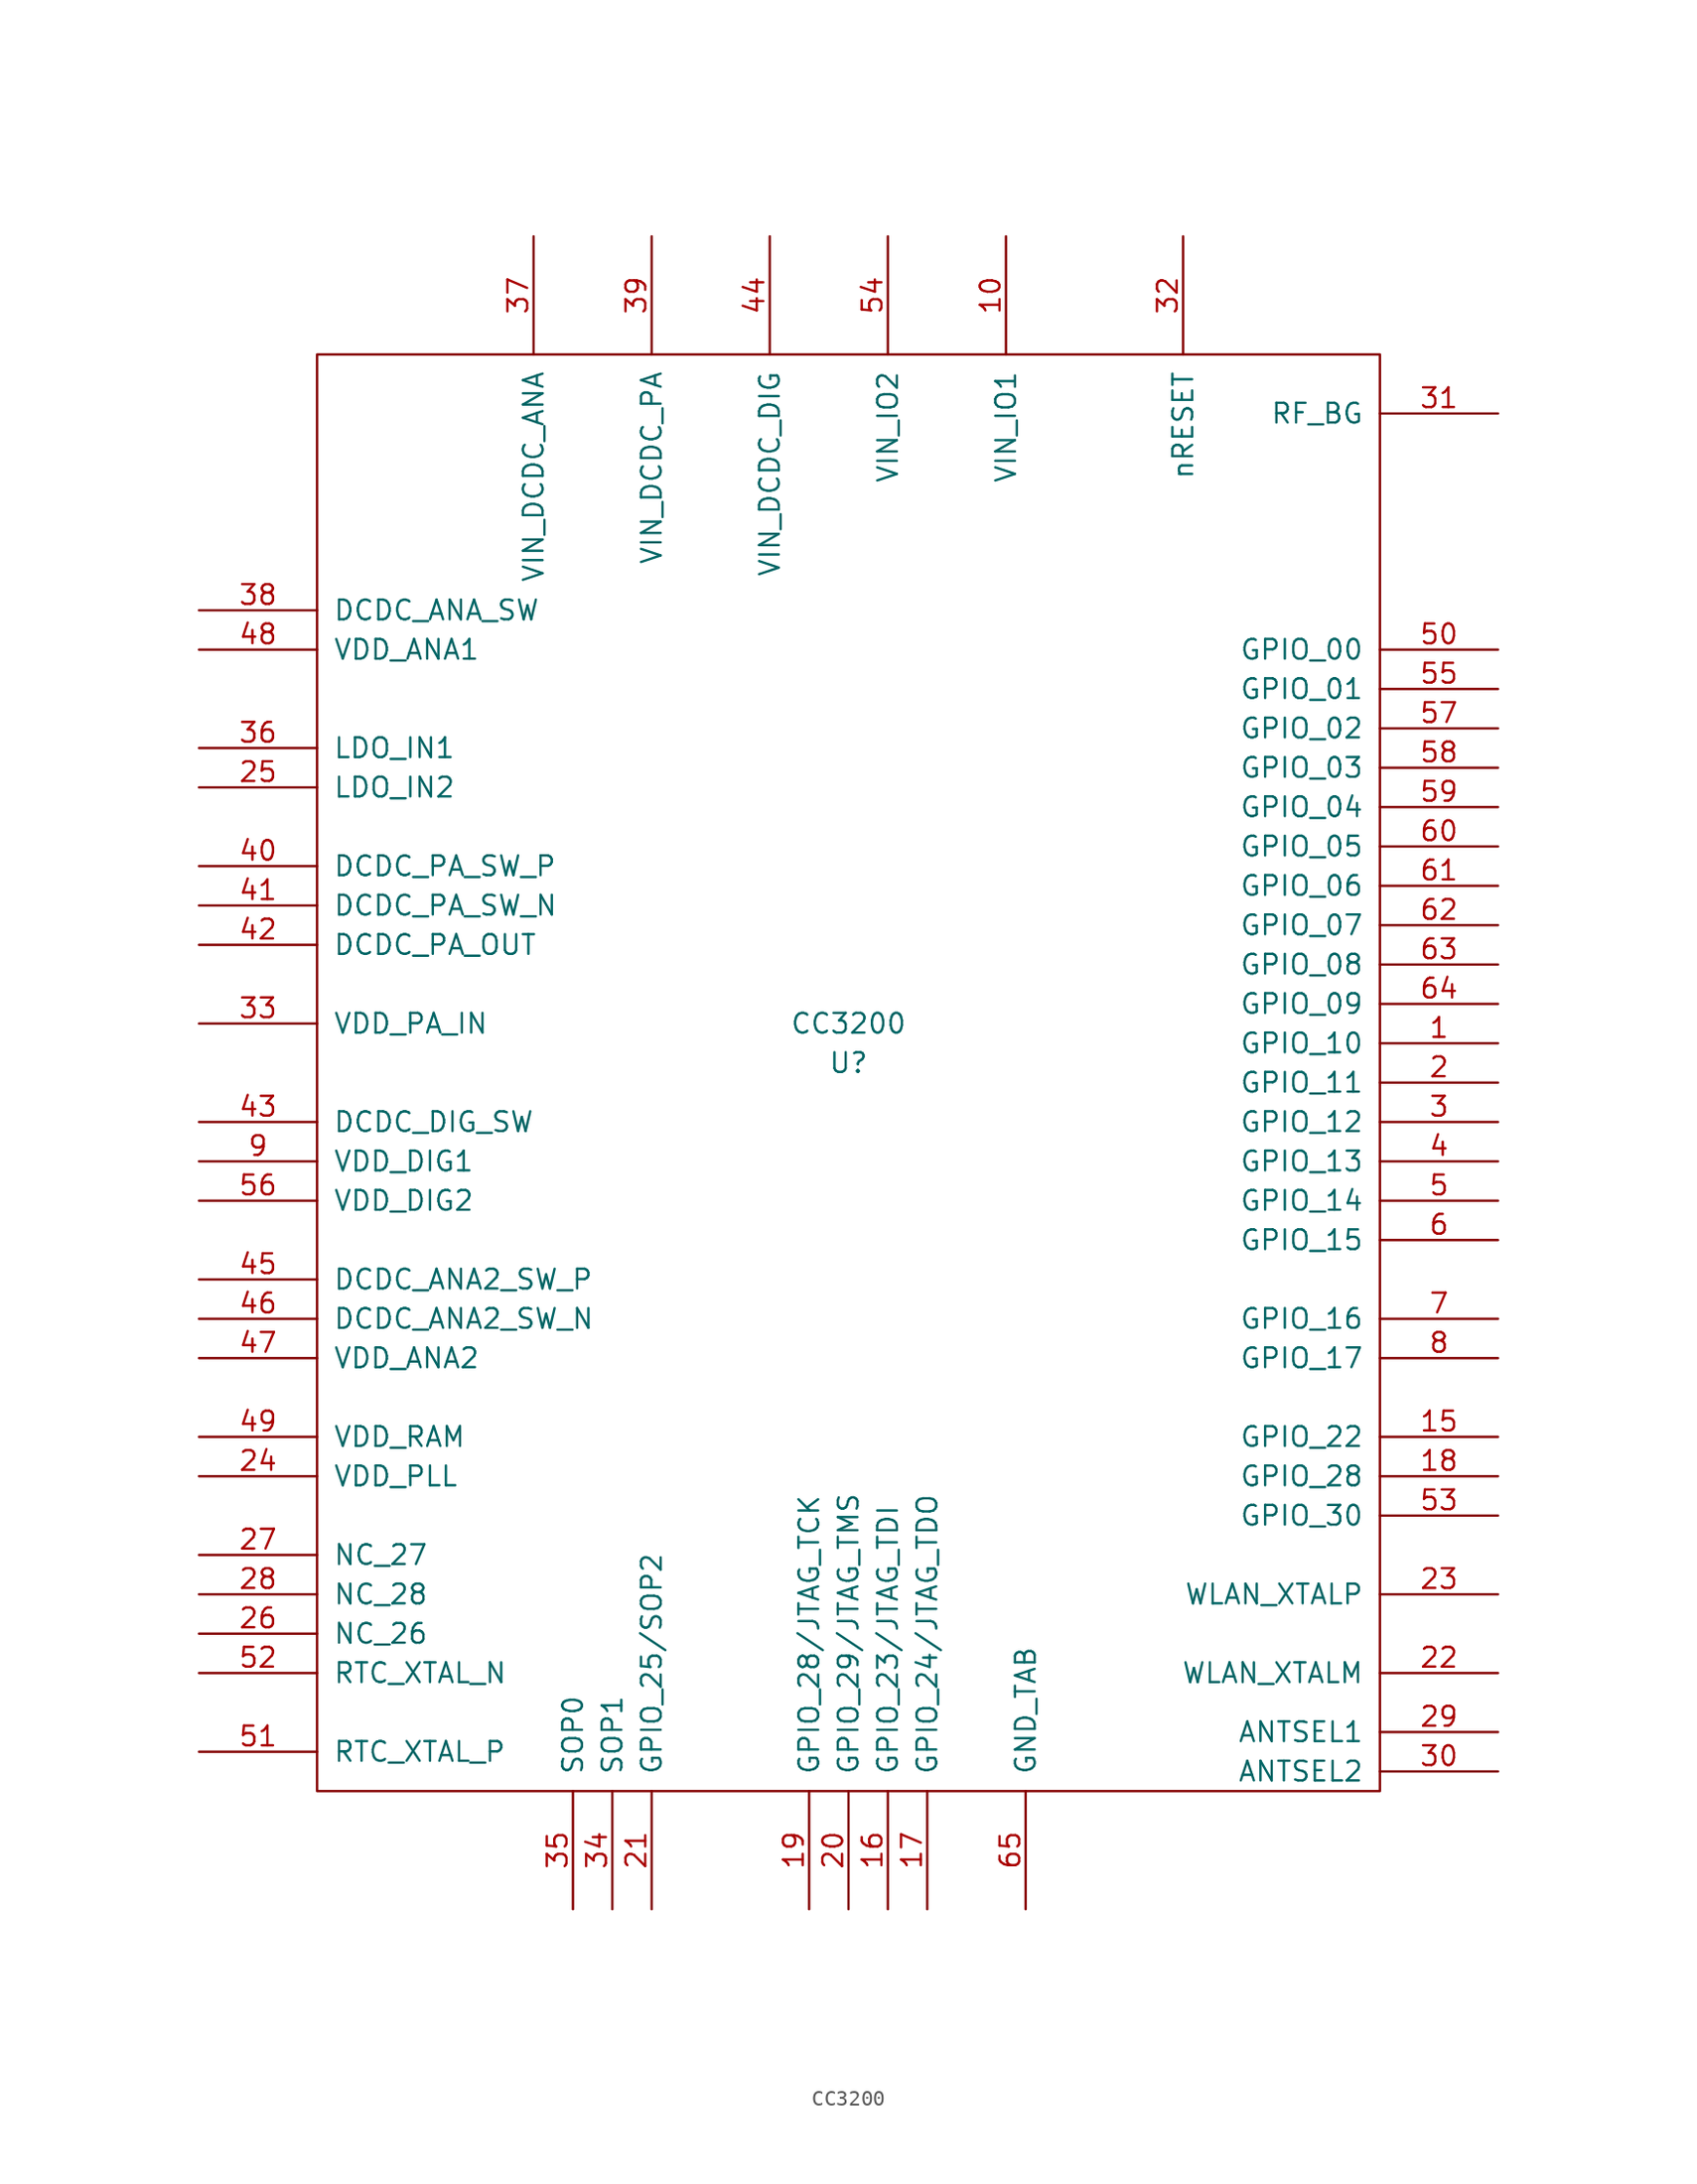
<source format=kicad_sym>
(kicad_symbol_lib
  (version 20220914)
  (generator kicad_symbol_editor)
  (symbol "CC3200"
    (pin_names
      (offset 1.016))
    (property "Reference" "U"
      (at 0 1.27 0)
      (effects (font (size 1.27 1.27))))
    (property "Value" "CC3200"
      (at 0 3.81 0)
      (effects (font (size 1.27 1.27))))
    (property "Footprint" ""
      (at 0 -45.72 0)
      (effects (font (size 1.524 1.524))))
    (property "Datasheet" ""
      (at 0 -45.72 0)
      (effects (font (size 1.524 1.524))))
    (symbol "CC3200_0_1"
      (rectangle (start -34.29 46.99) (end 34.29 -45.72) (stroke (width 0) (type solid)) (fill (type none))))
    (symbol "CC3200_1_1"
      (pin passive line (at 41.91 2.54 180) (length 7.62) (name "GPIO_10" (effects (font (size 1.27 1.27)))) (number "1" (effects (font (size 1.27 1.27)))))
      (pin power_in line (at 10.16 54.61 270) (length 7.62) (name "VIN_IO1" (effects (font (size 1.27 1.27)))) (number "10" (effects (font (size 1.27 1.27)))))
      (pin passive line (at 41.91 -22.86 180) (length 7.62) (name "GPIO_22" (effects (font (size 1.27 1.27)))) (number "15" (effects (font (size 1.27 1.27)))))
      (pin passive line (at 2.54 -53.34 90) (length 7.62) (name "GPIO_23/JTAG_TDI" (effects (font (size 1.27 1.27)))) (number "16" (effects (font (size 1.27 1.27)))))
      (pin passive line (at 5.08 -53.34 90) (length 7.62) (name "GPIO_24/JTAG_TDO" (effects (font (size 1.27 1.27)))) (number "17" (effects (font (size 1.27 1.27)))))
      (pin passive line (at 41.91 -25.4 180) (length 7.62) (name "GPIO_28" (effects (font (size 1.27 1.27)))) (number "18" (effects (font (size 1.27 1.27)))))
      (pin passive line (at -2.54 -53.34 90) (length 7.62) (name "GPIO_28/JTAG_TCK" (effects (font (size 1.27 1.27)))) (number "19" (effects (font (size 1.27 1.27)))))
      (pin passive line (at 41.91 0 180) (length 7.62) (name "GPIO_11" (effects (font (size 1.27 1.27)))) (number "2" (effects (font (size 1.27 1.27)))))
      (pin passive line (at 0 -53.34 90) (length 7.62) (name "GPIO_29/JTAG_TMS" (effects (font (size 1.27 1.27)))) (number "20" (effects (font (size 1.27 1.27)))))
      (pin passive line (at -12.7 -53.34 90) (length 7.62) (name "GPIO_25/SOP2" (effects (font (size 1.27 1.27)))) (number "21" (effects (font (size 1.27 1.27)))))
      (pin passive line (at 41.91 -38.1 180) (length 7.62) (name "WLAN_XTALM" (effects (font (size 1.27 1.27)))) (number "22" (effects (font (size 1.27 1.27)))))
      (pin passive line (at 41.91 -33.02 180) (length 7.62) (name "WLAN_XTALP" (effects (font (size 1.27 1.27)))) (number "23" (effects (font (size 1.27 1.27)))))
      (pin passive line (at -41.91 -25.4 0) (length 7.62) (name "VDD_PLL" (effects (font (size 1.27 1.27)))) (number "24" (effects (font (size 1.27 1.27)))))
      (pin passive line (at -41.91 19.05 0) (length 7.62) (name "LDO_IN2" (effects (font (size 1.27 1.27)))) (number "25" (effects (font (size 1.27 1.27)))))
      (pin passive line (at -41.91 -35.56 0) (length 7.62) (name "NC_26" (effects (font (size 1.27 1.27)))) (number "26" (effects (font (size 1.27 1.27)))))
      (pin passive line (at -41.91 -30.48 0) (length 7.62) (name "NC_27" (effects (font (size 1.27 1.27)))) (number "27" (effects (font (size 1.27 1.27)))))
      (pin passive line (at -41.91 -33.02 0) (length 7.62) (name "NC_28" (effects (font (size 1.27 1.27)))) (number "28" (effects (font (size 1.27 1.27)))))
      (pin passive line (at 41.91 -41.91 180) (length 7.62) (name "ANTSEL1" (effects (font (size 1.27 1.27)))) (number "29" (effects (font (size 1.27 1.27)))))
      (pin passive line (at 41.91 -2.54 180) (length 7.62) (name "GPIO_12" (effects (font (size 1.27 1.27)))) (number "3" (effects (font (size 1.27 1.27)))))
      (pin passive line (at 41.91 -44.45 180) (length 7.62) (name "ANTSEL2" (effects (font (size 1.27 1.27)))) (number "30" (effects (font (size 1.27 1.27)))))
      (pin bidirectional line (at 41.91 43.18 180) (length 7.62) (name "RF_BG" (effects (font (size 1.27 1.27)))) (number "31" (effects (font (size 1.27 1.27)))))
      (pin passive line (at 21.59 54.61 270) (length 7.62) (name "nRESET" (effects (font (size 1.27 1.27)))) (number "32" (effects (font (size 1.27 1.27)))))
      (pin passive line (at -41.91 3.81 0) (length 7.62) (name "VDD_PA_IN" (effects (font (size 1.27 1.27)))) (number "33" (effects (font (size 1.27 1.27)))))
      (pin passive line (at -15.24 -53.34 90) (length 7.62) (name "SOP1" (effects (font (size 1.27 1.27)))) (number "34" (effects (font (size 1.27 1.27)))))
      (pin passive line (at -17.78 -53.34 90) (length 7.62) (name "SOP0" (effects (font (size 1.27 1.27)))) (number "35" (effects (font (size 1.27 1.27)))))
      (pin passive line (at -41.91 21.59 0) (length 7.62) (name "LDO_IN1" (effects (font (size 1.27 1.27)))) (number "36" (effects (font (size 1.27 1.27)))))
      (pin power_in line (at -20.32 54.61 270) (length 7.62) (name "VIN_DCDC_ANA" (effects (font (size 1.27 1.27)))) (number "37" (effects (font (size 1.27 1.27)))))
      (pin passive line (at -41.91 30.48 0) (length 7.62) (name "DCDC_ANA_SW" (effects (font (size 1.27 1.27)))) (number "38" (effects (font (size 1.27 1.27)))))
      (pin power_in line (at -12.7 54.61 270) (length 7.62) (name "VIN_DCDC_PA" (effects (font (size 1.27 1.27)))) (number "39" (effects (font (size 1.27 1.27)))))
      (pin passive line (at 41.91 -5.08 180) (length 7.62) (name "GPIO_13" (effects (font (size 1.27 1.27)))) (number "4" (effects (font (size 1.27 1.27)))))
      (pin passive line (at -41.91 13.97 0) (length 7.62) (name "DCDC_PA_SW_P" (effects (font (size 1.27 1.27)))) (number "40" (effects (font (size 1.27 1.27)))))
      (pin input line (at -41.91 11.43 0) (length 7.62) (name "DCDC_PA_SW_N" (effects (font (size 1.27 1.27)))) (number "41" (effects (font (size 1.27 1.27)))))
      (pin passive line (at -41.91 8.89 0) (length 7.62) (name "DCDC_PA_OUT" (effects (font (size 1.27 1.27)))) (number "42" (effects (font (size 1.27 1.27)))))
      (pin passive line (at -41.91 -2.54 0) (length 7.62) (name "DCDC_DIG_SW" (effects (font (size 1.27 1.27)))) (number "43" (effects (font (size 1.27 1.27)))))
      (pin power_in line (at -5.08 54.61 270) (length 7.62) (name "VIN_DCDC_DIG" (effects (font (size 1.27 1.27)))) (number "44" (effects (font (size 1.27 1.27)))))
      (pin passive line (at -41.91 -12.7 0) (length 7.62) (name "DCDC_ANA2_SW_P" (effects (font (size 1.27 1.27)))) (number "45" (effects (font (size 1.27 1.27)))))
      (pin passive line (at -41.91 -15.24 0) (length 7.62) (name "DCDC_ANA2_SW_N" (effects (font (size 1.27 1.27)))) (number "46" (effects (font (size 1.27 1.27)))))
      (pin passive line (at -41.91 -17.78 0) (length 7.62) (name "VDD_ANA2" (effects (font (size 1.27 1.27)))) (number "47" (effects (font (size 1.27 1.27)))))
      (pin passive line (at -41.91 27.94 0) (length 7.62) (name "VDD_ANA1" (effects (font (size 1.27 1.27)))) (number "48" (effects (font (size 1.27 1.27)))))
      (pin passive line (at -41.91 -22.86 0) (length 7.62) (name "VDD_RAM" (effects (font (size 1.27 1.27)))) (number "49" (effects (font (size 1.27 1.27)))))
      (pin passive line (at 41.91 -7.62 180) (length 7.62) (name "GPIO_14" (effects (font (size 1.27 1.27)))) (number "5" (effects (font (size 1.27 1.27)))))
      (pin passive line (at 41.91 27.94 180) (length 7.62) (name "GPIO_00" (effects (font (size 1.27 1.27)))) (number "50" (effects (font (size 1.27 1.27)))))
      (pin passive line (at -41.91 -43.18 0) (length 7.62) (name "RTC_XTAL_P" (effects (font (size 1.27 1.27)))) (number "51" (effects (font (size 1.27 1.27)))))
      (pin passive line (at -41.91 -38.1 0) (length 7.62) (name "RTC_XTAL_N" (effects (font (size 1.27 1.27)))) (number "52" (effects (font (size 1.27 1.27)))))
      (pin passive line (at 41.91 -27.94 180) (length 7.62) (name "GPIO_30" (effects (font (size 1.27 1.27)))) (number "53" (effects (font (size 1.27 1.27)))))
      (pin power_in line (at 2.54 54.61 270) (length 7.62) (name "VIN_IO2" (effects (font (size 1.27 1.27)))) (number "54" (effects (font (size 1.27 1.27)))))
      (pin passive line (at 41.91 25.4 180) (length 7.62) (name "GPIO_01" (effects (font (size 1.27 1.27)))) (number "55" (effects (font (size 1.27 1.27)))))
      (pin passive line (at -41.91 -7.62 0) (length 7.62) (name "VDD_DIG2" (effects (font (size 1.27 1.27)))) (number "56" (effects (font (size 1.27 1.27)))))
      (pin passive line (at 41.91 22.86 180) (length 7.62) (name "GPIO_02" (effects (font (size 1.27 1.27)))) (number "57" (effects (font (size 1.27 1.27)))))
      (pin passive line (at 41.91 20.32 180) (length 7.62) (name "GPIO_03" (effects (font (size 1.27 1.27)))) (number "58" (effects (font (size 1.27 1.27)))))
      (pin passive line (at 41.91 17.78 180) (length 7.62) (name "GPIO_04" (effects (font (size 1.27 1.27)))) (number "59" (effects (font (size 1.27 1.27)))))
      (pin passive line (at 41.91 -10.16 180) (length 7.62) (name "GPIO_15" (effects (font (size 1.27 1.27)))) (number "6" (effects (font (size 1.27 1.27)))))
      (pin passive line (at 41.91 15.24 180) (length 7.62) (name "GPIO_05" (effects (font (size 1.27 1.27)))) (number "60" (effects (font (size 1.27 1.27)))))
      (pin passive line (at 41.91 12.7 180) (length 7.62) (name "GPIO_06" (effects (font (size 1.27 1.27)))) (number "61" (effects (font (size 1.27 1.27)))))
      (pin passive line (at 41.91 10.16 180) (length 7.62) (name "GPIO_07" (effects (font (size 1.27 1.27)))) (number "62" (effects (font (size 1.27 1.27)))))
      (pin passive line (at 41.91 7.62 180) (length 7.62) (name "GPIO_08" (effects (font (size 1.27 1.27)))) (number "63" (effects (font (size 1.27 1.27)))))
      (pin passive line (at 41.91 5.08 180) (length 7.62) (name "GPIO_09" (effects (font (size 1.27 1.27)))) (number "64" (effects (font (size 1.27 1.27)))))
      (pin power_out line (at 11.43 -53.34 90) (length 7.62) (name "GND_TAB" (effects (font (size 1.27 1.27)))) (number "65" (effects (font (size 1.27 1.27)))))
      (pin passive line (at 41.91 -15.24 180) (length 7.62) (name "GPIO_16" (effects (font (size 1.27 1.27)))) (number "7" (effects (font (size 1.27 1.27)))))
      (pin passive line (at 41.91 -17.78 180) (length 7.62) (name "GPIO_17" (effects (font (size 1.27 1.27)))) (number "8" (effects (font (size 1.27 1.27)))))
      (pin passive line (at -41.91 -5.08 0) (length 7.62) (name "VDD_DIG1" (effects (font (size 1.27 1.27)))) (number "9" (effects (font (size 1.27 1.27))))))))
</source>
